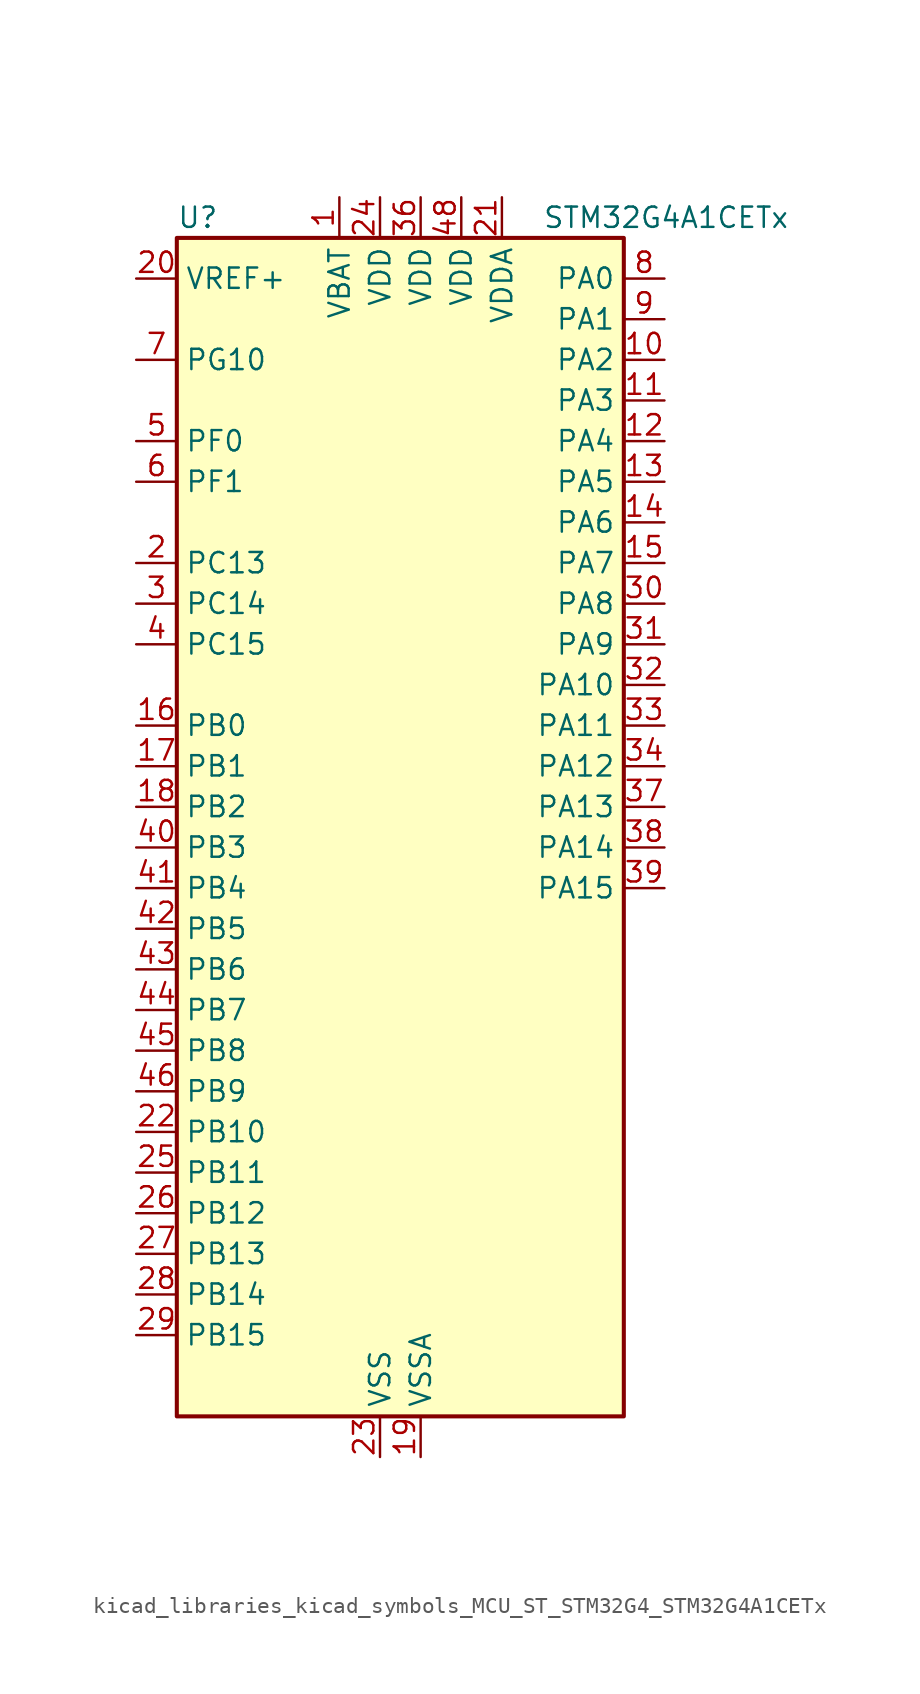
<source format=kicad_sym>
(kicad_symbol_lib
  (version 20220914)
  (generator kicad_symbol_editor)
  (symbol "kicad_libraries_kicad_symbols_MCU_ST_STM32G4_STM32G4A1CETx"
    (property "Reference" "U"
      (at -12.7 39.37 0)
      (effects (font (size 1.27 1.27)) (justify left)))
    (property "Value" "STM32G4A1CETx"
      (at 10.16 39.37 0)
      (effects (font (size 1.27 1.27)) (justify left)))
    (property "ki_locked" ""
      (at 0 0 0)
      (effects (font (size 1.27 1.27))))
    (symbol "kicad_libraries_kicad_symbols_MCU_ST_STM32G4_STM32G4A1CETx_0_1"
      (rectangle (start -12.7 -35.56) (end 15.24 38.1) (stroke (width 0.254) (type default)) (fill (type background))))
    (symbol "kicad_libraries_kicad_symbols_MCU_ST_STM32G4_STM32G4A1CETx_1_1"
      (pin power_in line (at -2.54 40.64 270) (length 2.54) (name "VBAT" (effects (font (size 1.27 1.27)))) (number "1" (effects (font (size 1.27 1.27)))))
      (pin bidirectional line (at 17.78 30.48 180) (length 2.54) (name "PA2" (effects (font (size 1.27 1.27)))) (number "10" (effects (font (size 1.27 1.27)))) (alternate "ADC1_IN3" bidirectional line) (alternate "ADC3_EXTI2" bidirectional line) (alternate "COMP2_INM" bidirectional line) (alternate "COMP2_OUT" bidirectional line) (alternate "LPUART1_TX" bidirectional line) (alternate "OPAMP1_VOUT" bidirectional line) (alternate "QUADSPI1_BK1_NCS" bidirectional line) (alternate "RCC_LSCO" bidirectional line) (alternate "SYS_WKUP4" bidirectional line) (alternate "TIM15_CH1" bidirectional line) (alternate "TIM2_CH3" bidirectional line) (alternate "UCPD1_FRSTX1" bidirectional line) (alternate "UCPD1_FRSTX2" bidirectional line) (alternate "USART2_TX" bidirectional line))
      (pin bidirectional line (at 17.78 27.94 180) (length 2.54) (name "PA3" (effects (font (size 1.27 1.27)))) (number "11" (effects (font (size 1.27 1.27)))) (alternate "ADC1_IN4" bidirectional line) (alternate "ADC3_EXTI3" bidirectional line) (alternate "COMP2_INP" bidirectional line) (alternate "LPUART1_RX" bidirectional line) (alternate "OPAMP1_VINM" bidirectional line) (alternate "OPAMP1_VINM0" bidirectional line) (alternate "OPAMP1_VINM_SEC" bidirectional line) (alternate "OPAMP1_VINP" bidirectional line) (alternate "OPAMP1_VINP_SEC" bidirectional line) (alternate "QUADSPI1_CLK" bidirectional line) (alternate "SAI1_CK1" bidirectional line) (alternate "SAI1_MCLK_A" bidirectional line) (alternate "TIM15_CH2" bidirectional line) (alternate "TIM2_CH4" bidirectional line) (alternate "USART2_RX" bidirectional line))
      (pin bidirectional line (at 17.78 25.4 180) (length 2.54) (name "PA4" (effects (font (size 1.27 1.27)))) (number "12" (effects (font (size 1.27 1.27)))) (alternate "ADC2_IN17" bidirectional line) (alternate "COMP1_INM" bidirectional line) (alternate "DAC1_OUT1" bidirectional line) (alternate "I2S3_WS" bidirectional line) (alternate "SAI1_FS_B" bidirectional line) (alternate "SPI1_NSS" bidirectional line) (alternate "SPI3_NSS" bidirectional line) (alternate "TIM3_CH2" bidirectional line) (alternate "USART2_CK" bidirectional line))
      (pin bidirectional line (at 17.78 22.86 180) (length 2.54) (name "PA5" (effects (font (size 1.27 1.27)))) (number "13" (effects (font (size 1.27 1.27)))) (alternate "ADC2_IN13" bidirectional line) (alternate "COMP2_INM" bidirectional line) (alternate "DAC1_OUT2" bidirectional line) (alternate "OPAMP2_VINM" bidirectional line) (alternate "OPAMP2_VINM0" bidirectional line) (alternate "OPAMP2_VINM_SEC" bidirectional line) (alternate "SPI1_SCK" bidirectional line) (alternate "TIM2_CH1" bidirectional line) (alternate "TIM2_ETR" bidirectional line) (alternate "UCPD1_FRSTX1" bidirectional line) (alternate "UCPD1_FRSTX2" bidirectional line))
      (pin bidirectional line (at 17.78 20.32 180) (length 2.54) (name "PA6" (effects (font (size 1.27 1.27)))) (number "14" (effects (font (size 1.27 1.27)))) (alternate "ADC2_IN3" bidirectional line) (alternate "COMP1_OUT" bidirectional line) (alternate "LPUART1_CTS" bidirectional line) (alternate "OPAMP2_VOUT" bidirectional line) (alternate "QUADSPI1_BK1_IO3" bidirectional line) (alternate "SPI1_MISO" bidirectional line) (alternate "TIM16_CH1" bidirectional line) (alternate "TIM1_BKIN" bidirectional line) (alternate "TIM3_CH1" bidirectional line) (alternate "TIM8_BKIN" bidirectional line))
      (pin bidirectional line (at 17.78 17.78 180) (length 2.54) (name "PA7" (effects (font (size 1.27 1.27)))) (number "15" (effects (font (size 1.27 1.27)))) (alternate "ADC2_IN4" bidirectional line) (alternate "COMP2_INP" bidirectional line) (alternate "COMP2_OUT" bidirectional line) (alternate "OPAMP1_VINP" bidirectional line) (alternate "OPAMP1_VINP_SEC" bidirectional line) (alternate "OPAMP2_VINP" bidirectional line) (alternate "OPAMP2_VINP_SEC" bidirectional line) (alternate "QUADSPI1_BK1_IO2" bidirectional line) (alternate "SPI1_MOSI" bidirectional line) (alternate "TIM17_CH1" bidirectional line) (alternate "TIM1_CH1N" bidirectional line) (alternate "TIM3_CH2" bidirectional line) (alternate "TIM8_CH1N" bidirectional line) (alternate "UCPD1_FRSTX1" bidirectional line) (alternate "UCPD1_FRSTX2" bidirectional line))
      (pin bidirectional line (at -15.24 7.62 0) (length 2.54) (name "PB0" (effects (font (size 1.27 1.27)))) (number "16" (effects (font (size 1.27 1.27)))) (alternate "ADC1_IN15" bidirectional line) (alternate "ADC3_IN12" bidirectional line) (alternate "COMP4_INP" bidirectional line) (alternate "OPAMP2_VINP" bidirectional line) (alternate "OPAMP2_VINP_SEC" bidirectional line) (alternate "OPAMP3_VINP" bidirectional line) (alternate "OPAMP3_VINP_SEC" bidirectional line) (alternate "QUADSPI1_BK1_IO1" bidirectional line) (alternate "TIM1_CH2N" bidirectional line) (alternate "TIM3_CH3" bidirectional line) (alternate "TIM8_CH2N" bidirectional line) (alternate "UCPD1_FRSTX1" bidirectional line) (alternate "UCPD1_FRSTX2" bidirectional line))
      (pin bidirectional line (at -15.24 5.08 0) (length 2.54) (name "PB1" (effects (font (size 1.27 1.27)))) (number "17" (effects (font (size 1.27 1.27)))) (alternate "ADC1_IN12" bidirectional line) (alternate "ADC3_IN1" bidirectional line) (alternate "COMP1_INP" bidirectional line) (alternate "COMP4_OUT" bidirectional line) (alternate "LPUART1_DE" bidirectional line) (alternate "LPUART1_RTS" bidirectional line) (alternate "OPAMP3_VOUT" bidirectional line) (alternate "OPAMP6_VINM" bidirectional line) (alternate "OPAMP6_VINM1" bidirectional line) (alternate "OPAMP6_VINM_SEC" bidirectional line) (alternate "QUADSPI1_BK1_IO0" bidirectional line) (alternate "TIM1_CH3N" bidirectional line) (alternate "TIM3_CH4" bidirectional line) (alternate "TIM8_CH3N" bidirectional line))
      (pin bidirectional line (at -15.24 2.54 0) (length 2.54) (name "PB2" (effects (font (size 1.27 1.27)))) (number "18" (effects (font (size 1.27 1.27)))) (alternate "ADC2_IN12" bidirectional line) (alternate "ADC3_EXTI2" bidirectional line) (alternate "COMP4_INM" bidirectional line) (alternate "I2C3_SMBA" bidirectional line) (alternate "LPTIM1_OUT" bidirectional line) (alternate "OPAMP3_VINM" bidirectional line) (alternate "OPAMP3_VINM0" bidirectional line) (alternate "OPAMP3_VINM_SEC" bidirectional line) (alternate "QUADSPI1_BK2_IO1" bidirectional line) (alternate "RTC_OUT2" bidirectional line) (alternate "TIM20_CH1" bidirectional line))
      (pin power_in line (at 2.54 -38.1 90) (length 2.54) (name "VSSA" (effects (font (size 1.27 1.27)))) (number "19" (effects (font (size 1.27 1.27)))))
      (pin bidirectional line (at -15.24 17.78 0) (length 2.54) (name "PC13" (effects (font (size 1.27 1.27)))) (number "2" (effects (font (size 1.27 1.27)))) (alternate "RTC_OUT1" bidirectional line) (alternate "RTC_TAMP1" bidirectional line) (alternate "RTC_TS" bidirectional line) (alternate "SYS_WKUP2" bidirectional line) (alternate "TIM1_BKIN" bidirectional line) (alternate "TIM1_CH1N" bidirectional line) (alternate "TIM8_CH4N" bidirectional line))
      (pin input line (at -15.24 35.56 0) (length 2.54) (name "VREF+" (effects (font (size 1.27 1.27)))) (number "20" (effects (font (size 1.27 1.27)))) (alternate "VREFBUF_OUT" bidirectional line))
      (pin power_in line (at 7.62 40.64 270) (length 2.54) (name "VDDA" (effects (font (size 1.27 1.27)))) (number "21" (effects (font (size 1.27 1.27)))))
      (pin bidirectional line (at -15.24 -17.78 0) (length 2.54) (name "PB10" (effects (font (size 1.27 1.27)))) (number "22" (effects (font (size 1.27 1.27)))) (alternate "DAC1_EXTI10" bidirectional line) (alternate "DAC3_EXTI10" bidirectional line) (alternate "LPUART1_RX" bidirectional line) (alternate "OPAMP3_VINM" bidirectional line) (alternate "OPAMP3_VINM1" bidirectional line) (alternate "OPAMP3_VINM_SEC" bidirectional line) (alternate "QUADSPI1_CLK" bidirectional line) (alternate "SAI1_SCK_A" bidirectional line) (alternate "TIM1_BKIN" bidirectional line) (alternate "TIM2_CH3" bidirectional line) (alternate "USART3_TX" bidirectional line))
      (pin power_in line (at 0 -38.1 90) (length 2.54) (name "VSS" (effects (font (size 1.27 1.27)))) (number "23" (effects (font (size 1.27 1.27)))))
      (pin power_in line (at 0 40.64 270) (length 2.54) (name "VDD" (effects (font (size 1.27 1.27)))) (number "24" (effects (font (size 1.27 1.27)))))
      (pin bidirectional line (at -15.24 -20.32 0) (length 2.54) (name "PB11" (effects (font (size 1.27 1.27)))) (number "25" (effects (font (size 1.27 1.27)))) (alternate "ADC1_EXTI11" bidirectional line) (alternate "ADC1_IN14" bidirectional line) (alternate "ADC2_EXTI11" bidirectional line) (alternate "ADC2_IN14" bidirectional line) (alternate "LPUART1_TX" bidirectional line) (alternate "OPAMP6_VOUT" bidirectional line) (alternate "QUADSPI1_BK1_NCS" bidirectional line) (alternate "TIM2_CH4" bidirectional line) (alternate "USART3_RX" bidirectional line))
      (pin bidirectional line (at -15.24 -22.86 0) (length 2.54) (name "PB12" (effects (font (size 1.27 1.27)))) (number "26" (effects (font (size 1.27 1.27)))) (alternate "ADC1_IN11" bidirectional line) (alternate "FDCAN2_RX" bidirectional line) (alternate "I2C2_SMBA" bidirectional line) (alternate "I2S2_WS" bidirectional line) (alternate "LPUART1_DE" bidirectional line) (alternate "LPUART1_RTS" bidirectional line) (alternate "OPAMP6_VINP" bidirectional line) (alternate "OPAMP6_VINP_SEC" bidirectional line) (alternate "SPI2_NSS" bidirectional line) (alternate "TIM1_BKIN" bidirectional line) (alternate "USART3_CK" bidirectional line))
      (pin bidirectional line (at -15.24 -25.4 0) (length 2.54) (name "PB13" (effects (font (size 1.27 1.27)))) (number "27" (effects (font (size 1.27 1.27)))) (alternate "ADC3_IN5" bidirectional line) (alternate "FDCAN2_TX" bidirectional line) (alternate "I2S2_CK" bidirectional line) (alternate "LPUART1_CTS" bidirectional line) (alternate "OPAMP3_VINP" bidirectional line) (alternate "OPAMP3_VINP_SEC" bidirectional line) (alternate "OPAMP6_VINP" bidirectional line) (alternate "OPAMP6_VINP_SEC" bidirectional line) (alternate "SPI2_SCK" bidirectional line) (alternate "TIM1_CH1N" bidirectional line) (alternate "USART3_CTS" bidirectional line) (alternate "USART3_NSS" bidirectional line))
      (pin bidirectional line (at -15.24 -27.94 0) (length 2.54) (name "PB14" (effects (font (size 1.27 1.27)))) (number "28" (effects (font (size 1.27 1.27)))) (alternate "ADC1_IN5" bidirectional line) (alternate "COMP4_OUT" bidirectional line) (alternate "OPAMP2_VINP" bidirectional line) (alternate "OPAMP2_VINP_SEC" bidirectional line) (alternate "SPI2_MISO" bidirectional line) (alternate "TIM15_CH1" bidirectional line) (alternate "TIM1_CH2N" bidirectional line) (alternate "USART3_DE" bidirectional line) (alternate "USART3_RTS" bidirectional line))
      (pin bidirectional line (at -15.24 -30.48 0) (length 2.54) (name "PB15" (effects (font (size 1.27 1.27)))) (number "29" (effects (font (size 1.27 1.27)))) (alternate "ADC1_EXTI15" bidirectional line) (alternate "ADC2_EXTI15" bidirectional line) (alternate "ADC2_IN15" bidirectional line) (alternate "COMP3_OUT" bidirectional line) (alternate "I2S2_SD" bidirectional line) (alternate "RTC_REFIN" bidirectional line) (alternate "SPI2_MOSI" bidirectional line) (alternate "TIM15_CH1N" bidirectional line) (alternate "TIM15_CH2" bidirectional line) (alternate "TIM1_CH3N" bidirectional line))
      (pin bidirectional line (at -15.24 15.24 0) (length 2.54) (name "PC14" (effects (font (size 1.27 1.27)))) (number "3" (effects (font (size 1.27 1.27)))) (alternate "RCC_OSC32_IN" bidirectional line))
      (pin bidirectional line (at 17.78 15.24 180) (length 2.54) (name "PA8" (effects (font (size 1.27 1.27)))) (number "30" (effects (font (size 1.27 1.27)))) (alternate "I2C2_SDA" bidirectional line) (alternate "I2C3_SCL" bidirectional line) (alternate "I2S2_MCK" bidirectional line) (alternate "RCC_MCO" bidirectional line) (alternate "SAI1_CK2" bidirectional line) (alternate "SAI1_SCK_A" bidirectional line) (alternate "TIM1_CH1" bidirectional line) (alternate "TIM4_ETR" bidirectional line) (alternate "USART1_CK" bidirectional line))
      (pin bidirectional line (at 17.78 12.7 180) (length 2.54) (name "PA9" (effects (font (size 1.27 1.27)))) (number "31" (effects (font (size 1.27 1.27)))) (alternate "DAC1_EXTI9" bidirectional line) (alternate "DAC3_EXTI9" bidirectional line) (alternate "I2C2_SCL" bidirectional line) (alternate "I2C3_SMBA" bidirectional line) (alternate "I2S3_MCK" bidirectional line) (alternate "SAI1_FS_A" bidirectional line) (alternate "TIM15_BKIN" bidirectional line) (alternate "TIM1_CH2" bidirectional line) (alternate "TIM2_CH3" bidirectional line) (alternate "UCPD1_DBCC1" bidirectional line) (alternate "USART1_TX" bidirectional line))
      (pin bidirectional line (at 17.78 10.16 180) (length 2.54) (name "PA10" (effects (font (size 1.27 1.27)))) (number "32" (effects (font (size 1.27 1.27)))) (alternate "CRS_SYNC" bidirectional line) (alternate "DAC1_EXTI10" bidirectional line) (alternate "DAC3_EXTI10" bidirectional line) (alternate "I2C2_SMBA" bidirectional line) (alternate "SAI1_D1" bidirectional line) (alternate "SAI1_SD_A" bidirectional line) (alternate "SPI2_MISO" bidirectional line) (alternate "TIM17_BKIN" bidirectional line) (alternate "TIM1_CH3" bidirectional line) (alternate "TIM2_CH4" bidirectional line) (alternate "TIM8_BKIN" bidirectional line) (alternate "UCPD1_DBCC2" bidirectional line) (alternate "USART1_RX" bidirectional line))
      (pin bidirectional line (at 17.78 7.62 180) (length 2.54) (name "PA11" (effects (font (size 1.27 1.27)))) (number "33" (effects (font (size 1.27 1.27)))) (alternate "ADC1_EXTI11" bidirectional line) (alternate "ADC2_EXTI11" bidirectional line) (alternate "COMP1_OUT" bidirectional line) (alternate "FDCAN1_RX" bidirectional line) (alternate "I2S2_SD" bidirectional line) (alternate "SPI2_MOSI" bidirectional line) (alternate "TIM1_BKIN2" bidirectional line) (alternate "TIM1_CH1N" bidirectional line) (alternate "TIM1_CH4" bidirectional line) (alternate "TIM4_CH1" bidirectional line) (alternate "USART1_CTS" bidirectional line) (alternate "USART1_NSS" bidirectional line) (alternate "USB_DM" bidirectional line))
      (pin bidirectional line (at 17.78 5.08 180) (length 2.54) (name "PA12" (effects (font (size 1.27 1.27)))) (number "34" (effects (font (size 1.27 1.27)))) (alternate "COMP2_OUT" bidirectional line) (alternate "FDCAN1_TX" bidirectional line) (alternate "I2S_CKIN" bidirectional line) (alternate "TIM16_CH1" bidirectional line) (alternate "TIM1_CH2N" bidirectional line) (alternate "TIM1_ETR" bidirectional line) (alternate "TIM4_CH2" bidirectional line) (alternate "USART1_DE" bidirectional line) (alternate "USART1_RTS" bidirectional line) (alternate "USB_DP" bidirectional line))
      (pin passive line (at 0 -38.1 90) (length 2.54) hide (name "VSS" (effects (font (size 1.27 1.27)))) (number "35" (effects (font (size 1.27 1.27)))))
      (pin power_in line (at 2.54 40.64 270) (length 2.54) (name "VDD" (effects (font (size 1.27 1.27)))) (number "36" (effects (font (size 1.27 1.27)))))
      (pin bidirectional line (at 17.78 2.54 180) (length 2.54) (name "PA13" (effects (font (size 1.27 1.27)))) (number "37" (effects (font (size 1.27 1.27)))) (alternate "I2C1_SCL" bidirectional line) (alternate "IR_OUT" bidirectional line) (alternate "SAI1_SD_B" bidirectional line) (alternate "SYS_JTMS-SWDIO" bidirectional line) (alternate "TIM16_CH1N" bidirectional line) (alternate "TIM4_CH3" bidirectional line) (alternate "USART3_CTS" bidirectional line) (alternate "USART3_NSS" bidirectional line))
      (pin bidirectional line (at 17.78 0 180) (length 2.54) (name "PA14" (effects (font (size 1.27 1.27)))) (number "38" (effects (font (size 1.27 1.27)))) (alternate "I2C1_SDA" bidirectional line) (alternate "LPTIM1_OUT" bidirectional line) (alternate "SAI1_FS_B" bidirectional line) (alternate "SYS_JTCK-SWCLK" bidirectional line) (alternate "TIM1_BKIN" bidirectional line) (alternate "TIM8_CH2" bidirectional line) (alternate "USART2_TX" bidirectional line))
      (pin bidirectional line (at 17.78 -2.54 180) (length 2.54) (name "PA15" (effects (font (size 1.27 1.27)))) (number "39" (effects (font (size 1.27 1.27)))) (alternate "ADC1_EXTI15" bidirectional line) (alternate "ADC2_EXTI15" bidirectional line) (alternate "I2C1_SCL" bidirectional line) (alternate "I2S3_WS" bidirectional line) (alternate "SPI1_NSS" bidirectional line) (alternate "SPI3_NSS" bidirectional line) (alternate "SYS_JTDI" bidirectional line) (alternate "TIM1_BKIN" bidirectional line) (alternate "TIM20_ETR" bidirectional line) (alternate "TIM2_CH1" bidirectional line) (alternate "TIM2_ETR" bidirectional line) (alternate "TIM8_CH1" bidirectional line) (alternate "USART2_RX" bidirectional line))
      (pin bidirectional line (at -15.24 12.7 0) (length 2.54) (name "PC15" (effects (font (size 1.27 1.27)))) (number "4" (effects (font (size 1.27 1.27)))) (alternate "ADC1_EXTI15" bidirectional line) (alternate "ADC2_EXTI15" bidirectional line) (alternate "RCC_OSC32_OUT" bidirectional line))
      (pin bidirectional line (at -15.24 0 0) (length 2.54) (name "PB3" (effects (font (size 1.27 1.27)))) (number "40" (effects (font (size 1.27 1.27)))) (alternate "ADC3_EXTI3" bidirectional line) (alternate "CRS_SYNC" bidirectional line) (alternate "I2S3_CK" bidirectional line) (alternate "SAI1_SCK_B" bidirectional line) (alternate "SPI1_SCK" bidirectional line) (alternate "SPI3_SCK" bidirectional line) (alternate "SYS_JTDO-SWO" bidirectional line) (alternate "TIM2_CH2" bidirectional line) (alternate "TIM3_ETR" bidirectional line) (alternate "TIM4_ETR" bidirectional line) (alternate "TIM8_CH1N" bidirectional line) (alternate "USART2_TX" bidirectional line))
      (pin bidirectional line (at -15.24 -2.54 0) (length 2.54) (name "PB4" (effects (font (size 1.27 1.27)))) (number "41" (effects (font (size 1.27 1.27)))) (alternate "SAI1_MCLK_B" bidirectional line) (alternate "SPI1_MISO" bidirectional line) (alternate "SPI3_MISO" bidirectional line) (alternate "SYS_JTRST" bidirectional line) (alternate "TIM16_CH1" bidirectional line) (alternate "TIM17_BKIN" bidirectional line) (alternate "TIM3_CH1" bidirectional line) (alternate "TIM8_CH2N" bidirectional line) (alternate "UCPD1_CC2" bidirectional line) (alternate "USART2_RX" bidirectional line))
      (pin bidirectional line (at -15.24 -5.08 0) (length 2.54) (name "PB5" (effects (font (size 1.27 1.27)))) (number "42" (effects (font (size 1.27 1.27)))) (alternate "FDCAN2_RX" bidirectional line) (alternate "I2C1_SMBA" bidirectional line) (alternate "I2C3_SDA" bidirectional line) (alternate "I2S3_SD" bidirectional line) (alternate "LPTIM1_IN1" bidirectional line) (alternate "SAI1_SD_B" bidirectional line) (alternate "SPI1_MOSI" bidirectional line) (alternate "SPI3_MOSI" bidirectional line) (alternate "TIM16_BKIN" bidirectional line) (alternate "TIM17_CH1" bidirectional line) (alternate "TIM3_CH2" bidirectional line) (alternate "TIM8_CH3N" bidirectional line) (alternate "USART2_CK" bidirectional line))
      (pin bidirectional line (at -15.24 -7.62 0) (length 2.54) (name "PB6" (effects (font (size 1.27 1.27)))) (number "43" (effects (font (size 1.27 1.27)))) (alternate "COMP4_OUT" bidirectional line) (alternate "FDCAN2_TX" bidirectional line) (alternate "LPTIM1_ETR" bidirectional line) (alternate "SAI1_FS_B" bidirectional line) (alternate "TIM16_CH1N" bidirectional line) (alternate "TIM4_CH1" bidirectional line) (alternate "TIM8_BKIN2" bidirectional line) (alternate "TIM8_CH1" bidirectional line) (alternate "TIM8_ETR" bidirectional line) (alternate "UCPD1_CC1" bidirectional line) (alternate "USART1_TX" bidirectional line))
      (pin bidirectional line (at -15.24 -10.16 0) (length 2.54) (name "PB7" (effects (font (size 1.27 1.27)))) (number "44" (effects (font (size 1.27 1.27)))) (alternate "COMP3_OUT" bidirectional line) (alternate "I2C1_SDA" bidirectional line) (alternate "LPTIM1_IN2" bidirectional line) (alternate "SYS_PVD_IN" bidirectional line) (alternate "TIM17_CH1N" bidirectional line) (alternate "TIM3_CH4" bidirectional line) (alternate "TIM4_CH2" bidirectional line) (alternate "TIM8_BKIN" bidirectional line) (alternate "USART1_RX" bidirectional line))
      (pin bidirectional line (at -15.24 -12.7 0) (length 2.54) (name "PB8" (effects (font (size 1.27 1.27)))) (number "45" (effects (font (size 1.27 1.27)))) (alternate "COMP1_OUT" bidirectional line) (alternate "FDCAN1_RX" bidirectional line) (alternate "I2C1_SCL" bidirectional line) (alternate "SAI1_CK1" bidirectional line) (alternate "SAI1_MCLK_A" bidirectional line) (alternate "TIM16_CH1" bidirectional line) (alternate "TIM1_BKIN" bidirectional line) (alternate "TIM4_CH3" bidirectional line) (alternate "TIM8_CH2" bidirectional line) (alternate "USART3_RX" bidirectional line))
      (pin bidirectional line (at -15.24 -15.24 0) (length 2.54) (name "PB9" (effects (font (size 1.27 1.27)))) (number "46" (effects (font (size 1.27 1.27)))) (alternate "COMP2_OUT" bidirectional line) (alternate "DAC1_EXTI9" bidirectional line) (alternate "DAC3_EXTI9" bidirectional line) (alternate "FDCAN1_TX" bidirectional line) (alternate "I2C1_SDA" bidirectional line) (alternate "IR_OUT" bidirectional line) (alternate "SAI1_D2" bidirectional line) (alternate "SAI1_FS_A" bidirectional line) (alternate "TIM17_CH1" bidirectional line) (alternate "TIM1_CH3N" bidirectional line) (alternate "TIM4_CH4" bidirectional line) (alternate "TIM8_CH3" bidirectional line) (alternate "USART3_TX" bidirectional line))
      (pin passive line (at 0 -38.1 90) (length 2.54) hide (name "VSS" (effects (font (size 1.27 1.27)))) (number "47" (effects (font (size 1.27 1.27)))))
      (pin power_in line (at 5.08 40.64 270) (length 2.54) (name "VDD" (effects (font (size 1.27 1.27)))) (number "48" (effects (font (size 1.27 1.27)))))
      (pin bidirectional line (at -15.24 25.4 0) (length 2.54) (name "PF0" (effects (font (size 1.27 1.27)))) (number "5" (effects (font (size 1.27 1.27)))) (alternate "ADC1_IN10" bidirectional line) (alternate "I2C2_SDA" bidirectional line) (alternate "I2S2_WS" bidirectional line) (alternate "RCC_OSC_IN" bidirectional line) (alternate "SPI2_NSS" bidirectional line) (alternate "TIM1_CH3N" bidirectional line))
      (pin bidirectional line (at -15.24 22.86 0) (length 2.54) (name "PF1" (effects (font (size 1.27 1.27)))) (number "6" (effects (font (size 1.27 1.27)))) (alternate "ADC2_IN10" bidirectional line) (alternate "COMP3_INM" bidirectional line) (alternate "I2S2_CK" bidirectional line) (alternate "RCC_OSC_OUT" bidirectional line) (alternate "SPI2_SCK" bidirectional line))
      (pin bidirectional line (at -15.24 30.48 0) (length 2.54) (name "PG10" (effects (font (size 1.27 1.27)))) (number "7" (effects (font (size 1.27 1.27)))) (alternate "DAC1_EXTI10" bidirectional line) (alternate "DAC3_EXTI10" bidirectional line) (alternate "RCC_MCO" bidirectional line))
      (pin bidirectional line (at 17.78 35.56 180) (length 2.54) (name "PA0" (effects (font (size 1.27 1.27)))) (number "8" (effects (font (size 1.27 1.27)))) (alternate "ADC1_IN1" bidirectional line) (alternate "ADC2_IN1" bidirectional line) (alternate "COMP1_INM" bidirectional line) (alternate "COMP1_OUT" bidirectional line) (alternate "COMP3_INP" bidirectional line) (alternate "RTC_TAMP2" bidirectional line) (alternate "SYS_WKUP1" bidirectional line) (alternate "TIM2_CH1" bidirectional line) (alternate "TIM2_ETR" bidirectional line) (alternate "TIM8_BKIN" bidirectional line) (alternate "TIM8_ETR" bidirectional line) (alternate "USART2_CTS" bidirectional line) (alternate "USART2_NSS" bidirectional line))
      (pin bidirectional line (at 17.78 33.02 180) (length 2.54) (name "PA1" (effects (font (size 1.27 1.27)))) (number "9" (effects (font (size 1.27 1.27)))) (alternate "ADC1_IN2" bidirectional line) (alternate "ADC2_IN2" bidirectional line) (alternate "COMP1_INP" bidirectional line) (alternate "OPAMP1_VINP" bidirectional line) (alternate "OPAMP1_VINP_SEC" bidirectional line) (alternate "OPAMP3_VINP" bidirectional line) (alternate "OPAMP3_VINP_SEC" bidirectional line) (alternate "OPAMP6_VINM" bidirectional line) (alternate "OPAMP6_VINM0" bidirectional line) (alternate "OPAMP6_VINM_SEC" bidirectional line) (alternate "RTC_REFIN" bidirectional line) (alternate "TIM15_CH1N" bidirectional line) (alternate "TIM2_CH2" bidirectional line) (alternate "USART2_DE" bidirectional line) (alternate "USART2_RTS" bidirectional line)))))
</source>
